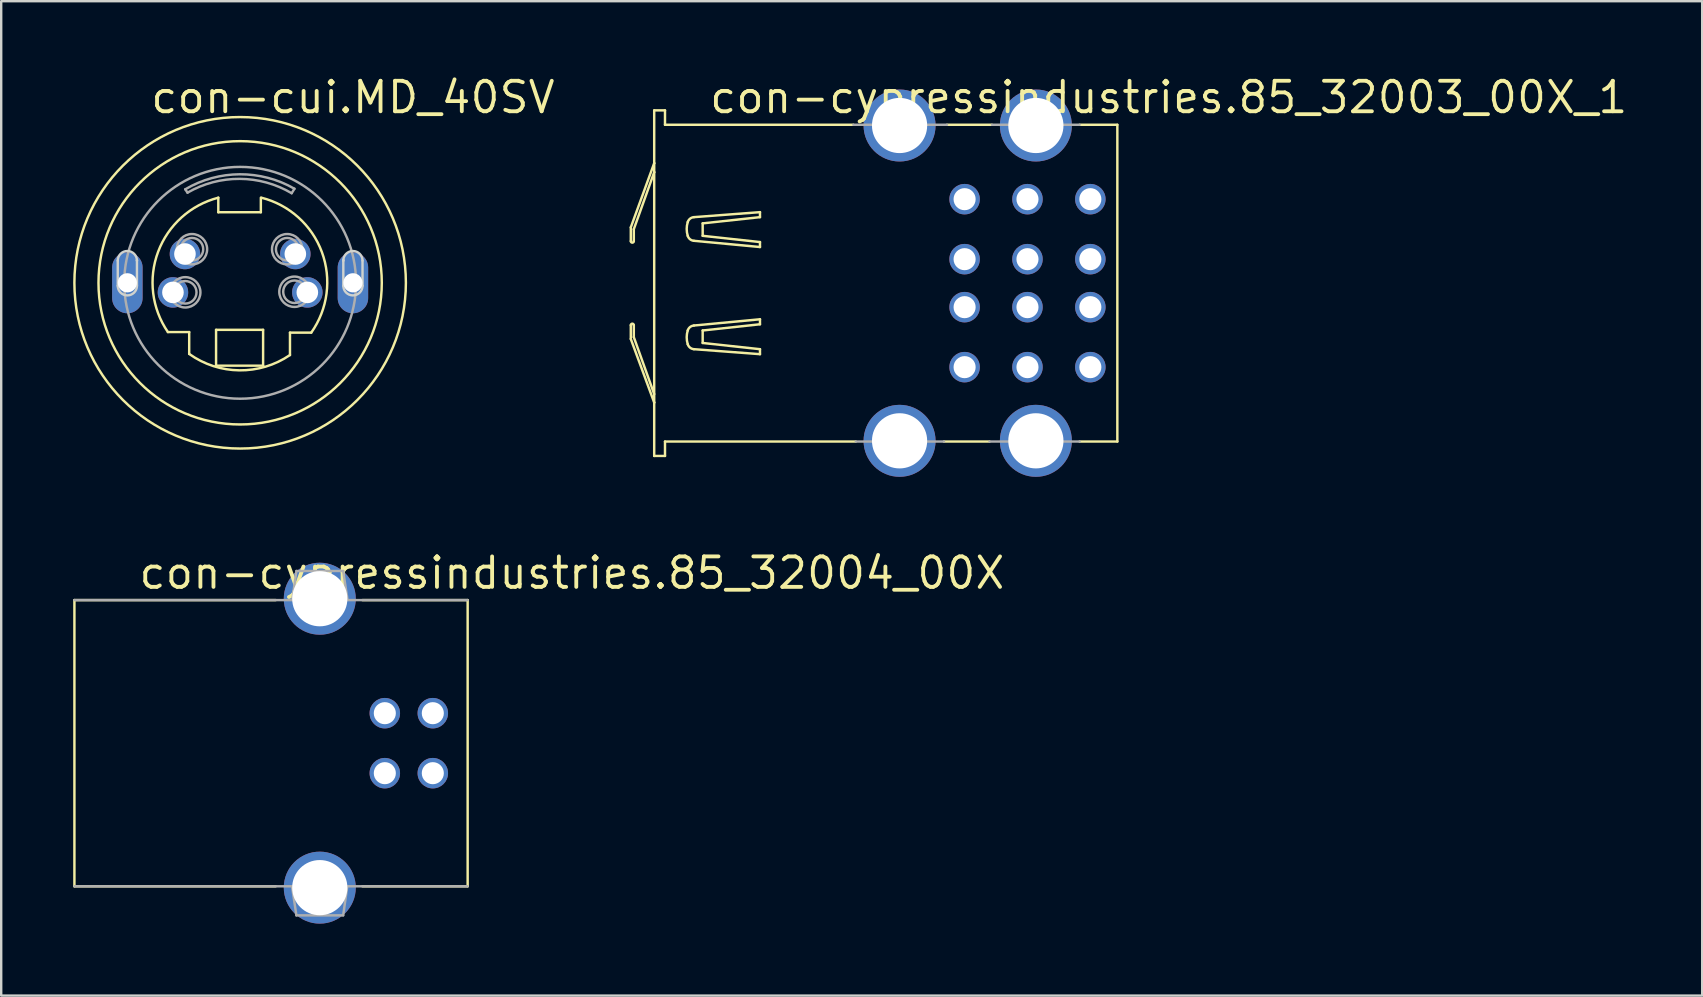
<source format=kicad_pcb>
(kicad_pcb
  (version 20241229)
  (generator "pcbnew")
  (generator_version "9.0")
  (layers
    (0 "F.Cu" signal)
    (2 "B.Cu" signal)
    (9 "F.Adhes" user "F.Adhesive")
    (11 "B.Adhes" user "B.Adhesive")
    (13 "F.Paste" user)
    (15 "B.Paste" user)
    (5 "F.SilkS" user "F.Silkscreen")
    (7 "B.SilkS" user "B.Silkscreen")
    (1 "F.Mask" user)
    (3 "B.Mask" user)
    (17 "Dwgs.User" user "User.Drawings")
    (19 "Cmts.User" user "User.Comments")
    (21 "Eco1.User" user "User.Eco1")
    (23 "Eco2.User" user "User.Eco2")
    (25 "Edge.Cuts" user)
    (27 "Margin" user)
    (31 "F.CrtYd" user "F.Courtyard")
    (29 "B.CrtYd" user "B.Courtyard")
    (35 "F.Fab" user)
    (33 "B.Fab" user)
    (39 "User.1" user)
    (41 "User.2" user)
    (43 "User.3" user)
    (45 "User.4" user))
  (footprint "con-cui.MD_40SV"
    (layer "F.Cu")
    (at 6.957 8.735)
    (property "Reference" "con-cui.MD_40SV" (at -3.81 -6.985 0) (layer "F.SilkS") (effects (font (size 1.27 1.27) (thickness 0.16)) (justify left bottom)))
    (attr through_hole)
    (fp_line (start -3.01 2.053) (end -2.123 2.053) (stroke (width 0.102) (type default)) (layer "F.SilkS"))
    (fp_line (start -2.123 2.053) (end -2.123 2.963) (stroke (width 0.102) (type default)) (layer "F.SilkS"))
    (fp_line (start -1.003 1.96) (end 0.957 1.96) (stroke (width 0.102) (type default)) (layer "F.SilkS"))
    (fp_line (start -1.003 3.453) (end -1.003 1.96) (stroke (width 0.102) (type default)) (layer "F.SilkS"))
    (fp_line (start -0.91 -3.547) (end -0.91 -2.94) (stroke (width 0.102) (type default)) (layer "F.SilkS"))
    (fp_line (start -0.91 -2.94) (end 0.863 -2.94) (stroke (width 0.102) (type default)) (layer "F.SilkS"))
    (fp_line (start 0.863 -2.94) (end 0.863 -3.547) (stroke (width 0.102) (type default)) (layer "F.SilkS"))
    (fp_line (start 0.957 1.96) (end 0.957 3.453) (stroke (width 0.102) (type default)) (layer "F.SilkS"))
    (fp_line (start 0.957 3.453) (end -1.003 3.453) (stroke (width 0.102) (type default)) (layer "F.SilkS"))
    (fp_line (start 2.077 2.077) (end 2.963 2.077) (stroke (width 0.102) (type default)) (layer "F.SilkS"))
    (fp_line (start 2.077 3.01) (end 2.077 2.077) (stroke (width 0.102) (type default)) (layer "F.SilkS"))
    (fp_arc (start -3.01 2.0533) (mid -3.417795 -1.293333) (end -0.91 -3.5466) (stroke (width 0.1016) (type default)) (layer "F.SilkS"))
    (fp_arc (start 0.8867 -3.5466) (mid 3.405886 -1.281878) (end 2.9633 2.0766) (stroke (width 0.1016) (type default)) (layer "F.SilkS"))
    (fp_arc (start 2.0766 3.01) (mid -0.030703 3.647911) (end -2.1233 2.9633) (stroke (width 0.1016) (type default)) (layer "F.SilkS"))
    (fp_circle (center 0 0) (end 5.903 0) (stroke (width 0.102) (type default)) (fill no) (layer "F.SilkS"))
    (fp_circle (center 0 0) (end 6.907 0) (stroke (width 0.102) (type default)) (fill no) (layer "F.SilkS"))
    (fp_line (start -5.1 0.125) (end -5.1 -0.925) (stroke (width 0.1) (type default)) (layer "Edge.Cuts"))
    (fp_line (start -4.3 -0.95) (end -4.3 -0.925) (stroke (width 0.1) (type default)) (layer "Edge.Cuts"))
    (fp_line (start -4.3 -0.925) (end -4.3 0.125) (stroke (width 0.1) (type default)) (layer "Edge.Cuts"))
    (fp_line (start 4.3 -0.95) (end 4.3 -0.925) (stroke (width 0.1) (type default)) (layer "Edge.Cuts"))
    (fp_line (start 4.3 -0.925) (end 4.3 0.125) (stroke (width 0.1) (type default)) (layer "Edge.Cuts"))
    (fp_line (start 5.1 0.125) (end 5.1 -0.925) (stroke (width 0.1) (type default)) (layer "Edge.Cuts"))
    (fp_arc (start -5.1 -0.925) (mid -4.7 -1.325) (end -4.3 -0.925) (stroke (width 0.1) (type default)) (layer "Edge.Cuts"))
    (fp_arc (start -4.3 0.125) (mid -4.7 0.525) (end -5.1 0.125) (stroke (width 0.1) (type default)) (layer "Edge.Cuts"))
    (fp_arc (start 4.3 -0.925) (mid 4.7 -1.325) (end 5.1 -0.925) (stroke (width 0.1) (type default)) (layer "Edge.Cuts"))
    (fp_arc (start 5.1 0.125) (mid 4.7 0.525) (end 4.3 0.125) (stroke (width 0.1) (type default)) (layer "Edge.Cuts"))
    (fp_line (start -2.287 -3.897) (end -2.193 -3.757) (stroke (width 0.102) (type default)) (layer "F.Fab"))
    (fp_line (start 2.147 -3.733) (end 2.263 -3.92) (stroke (width 0.102) (type default)) (layer "F.Fab"))
    (fp_arc (start -2.2866 -3.8966) (mid -0.014794 -4.522147) (end 2.2633 -3.9199) (stroke (width 0.1016) (type default)) (layer "F.Fab"))
    (fp_arc (start -2.1933 -3.7566) (mid -0.020202 -4.331371) (end 2.1466 -3.7333) (stroke (width 0.1016) (type default)) (layer "F.Fab"))
    (fp_circle (center -2.287 0.397) (end -1.818 0.397) (stroke (width 0.102) (type default)) (fill no) (layer "F.Fab"))
    (fp_circle (center -2.287 0.397) (end -1.655 0.397) (stroke (width 0.102) (type default)) (fill no) (layer "F.Fab"))
    (fp_circle (center -2.007 -1.4) (end -1.538 -1.4) (stroke (width 0.102) (type default)) (fill no) (layer "F.Fab"))
    (fp_circle (center -2.007 -1.4) (end -1.375 -1.4) (stroke (width 0.102) (type default)) (fill no) (layer "F.Fab"))
    (fp_circle (center 0 0) (end 4.83 0) (stroke (width 0.102) (type default)) (fill no) (layer "F.Fab"))
    (fp_circle (center 1.96 -1.4) (end 2.429 -1.4) (stroke (width 0.102) (type default)) (fill no) (layer "F.Fab"))
    (fp_circle (center 1.96 -1.4) (end 2.592 -1.4) (stroke (width 0.102) (type default)) (fill no) (layer "F.Fab"))
    (fp_circle (center 2.263 0.373) (end 2.732 0.373) (stroke (width 0.102) (type default)) (fill no) (layer "F.Fab"))
    (fp_circle (center 2.263 0.373) (end 2.895 0.373) (stroke (width 0.102) (type default)) (fill no) (layer "F.Fab"))
    (pad "1" thru_hole circle (at -2.8 0.4) (size 1.27 1.27) (drill 0.9) (layers "*.Cu" "*.Mask"))
    (pad "2" thru_hole circle (at 2.8 0.4) (size 1.27 1.27) (drill 0.9) (layers "*.Cu" "*.Mask"))
    (pad "3" thru_hole circle (at -2.3 -1.2) (size 1.27 1.27) (drill 0.9) (layers "*.Cu" "*.Mask"))
    (pad "4" thru_hole circle (at 2.3 -1.2) (size 1.27 1.27) (drill 0.9) (layers "*.Cu" "*.Mask"))
    (pad "S1" thru_hole oval (at -4.7 0 90) (size 2.54 1.27) (drill 0.8) (layers "*.Cu" "*.Mask"))
    (pad "S2" thru_hole oval (at 4.7 0 90) (size 2.54 1.27) (drill 0.8) (layers "*.Cu" "*.Mask")))
  (footprint "con-cypressindustries.85_32004_00X"
    (layer "F.Cu")
    (at 10.276 27.92)
    (property "Reference" "con-cypressindustries.85_32004_00X" (at -7.62 -6.35 0) (layer "F.SilkS") (effects (font (size 1.27 1.27) (thickness 0.16)) (justify left bottom)))
    (attr through_hole)
    (fp_line (start -10.225 -5.963) (end -10.225 5.963) (stroke (width 0.102) (type default)) (layer "F.SilkS"))
    (fp_line (start -10.225 5.963) (end -1.837 5.963) (stroke (width 0.102) (type default)) (layer "F.SilkS"))
    (fp_line (start -1.837 -5.963) (end -10.225 -5.963) (stroke (width 0.102) (type default)) (layer "F.SilkS"))
    (fp_line (start 1.775 5.963) (end 6.162 5.963) (stroke (width 0.102) (type default)) (layer "F.SilkS"))
    (fp_line (start 6.162 -5.963) (end 1.775 -5.963) (stroke (width 0.102) (type default)) (layer "F.SilkS"))
    (fp_line (start 6.162 5.963) (end 6.162 -5.963) (stroke (width 0.102) (type default)) (layer "F.SilkS"))
    (fp_line (start -10.225 5.963) (end 6.162 5.963) (stroke (width 0.102) (type default)) (layer "F.Fab"))
    (fp_line (start -1.15 6.013) (end -0.975 7.175) (stroke (width 0.102) (type default)) (layer "F.Fab"))
    (fp_line (start -0.975 -7.175) (end -1.137 -6.025) (stroke (width 0.102) (type default)) (layer "F.Fab"))
    (fp_line (start -0.975 7.175) (end 0.975 7.175) (stroke (width 0.102) (type default)) (layer "F.Fab"))
    (fp_line (start 0.975 -7.175) (end -0.975 -7.175) (stroke (width 0.102) (type default)) (layer "F.Fab"))
    (fp_line (start 0.975 7.175) (end 1.137 6.025) (stroke (width 0.102) (type default)) (layer "F.Fab"))
    (fp_line (start 1.15 -6.013) (end 0.975 -7.175) (stroke (width 0.102) (type default)) (layer "F.Fab"))
    (fp_line (start 6.162 -5.963) (end -10.225 -5.963) (stroke (width 0.102) (type default)) (layer "F.Fab"))
    (pad "1" thru_hole circle (at 4.71 1.25 270) (size 1.27 1.27) (drill 0.92) (layers "*.Cu" "*.Mask"))
    (pad "2" thru_hole circle (at 4.71 -1.25 270) (size 1.27 1.27) (drill 0.92) (layers "*.Cu" "*.Mask"))
    (pad "3" thru_hole circle (at 2.71 -1.25 270) (size 1.27 1.27) (drill 0.92) (layers "*.Cu" "*.Mask"))
    (pad "4" thru_hole circle (at 2.71 1.25 270) (size 1.27 1.27) (drill 0.92) (layers "*.Cu" "*.Mask"))
    (pad "M1" thru_hole circle (at 0 -6.02 270) (size 3 3) (drill 2.3) (layers "*.Cu" "*.Mask"))
    (pad "M2" thru_hole circle (at 0 6.02 270) (size 3 3) (drill 2.3) (layers "*.Cu" "*.Mask")))
  (footprint "con-cypressindustries.85_32003_00X_1"
    (layer "F.Cu")
    (at 34.437 8.75)
    (property "Reference" "con-cypressindustries.85_32003_00X_1" (at -8 -7 0) (layer "F.SilkS") (effects (font (size 1.27 1.27) (thickness 0.16)) (justify left bottom)))
    (attr through_hole)
    (fp_line (start -11.2 -2.325) (end -10.225 -5) (stroke (width 0.102) (type default)) (layer "F.SilkS"))
    (fp_line (start -11.2 -1.75) (end -11.2 -2.325) (stroke (width 0.102) (type default)) (layer "F.SilkS"))
    (fp_line (start -11.2 1.75) (end -11.2 2.325) (stroke (width 0.102) (type default)) (layer "F.SilkS"))
    (fp_line (start -11.2 2.325) (end -10.225 4.975) (stroke (width 0.102) (type default)) (layer "F.SilkS"))
    (fp_line (start -11.075 -2.25) (end -11.075 -1.75) (stroke (width 0.102) (type default)) (layer "F.SilkS"))
    (fp_line (start -11.075 2.25) (end -11.075 1.75) (stroke (width 0.102) (type default)) (layer "F.SilkS"))
    (fp_line (start -10.225 -7.2) (end -10.225 -5) (stroke (width 0.102) (type default)) (layer "F.SilkS"))
    (fp_line (start -10.225 -5) (end -10.225 -4.625) (stroke (width 0.102) (type default)) (layer "F.SilkS"))
    (fp_line (start -10.225 -4.625) (end -11.075 -2.25) (stroke (width 0.102) (type default)) (layer "F.SilkS"))
    (fp_line (start -10.225 -4.625) (end -10.225 4.975) (stroke (width 0.102) (type default)) (layer "F.SilkS"))
    (fp_line (start -10.225 4.625) (end -11.075 2.25) (stroke (width 0.102) (type default)) (layer "F.SilkS"))
    (fp_line (start -10.225 4.975) (end -10.225 7.2) (stroke (width 0.102) (type default)) (layer "F.SilkS"))
    (fp_line (start -10.225 7.2) (end -9.775 7.2) (stroke (width 0.102) (type default)) (layer "F.SilkS"))
    (fp_line (start -9.775 -7.2) (end -10.225 -7.2) (stroke (width 0.102) (type default)) (layer "F.SilkS"))
    (fp_line (start -9.775 -6.6) (end -9.775 -7.2) (stroke (width 0.102) (type default)) (layer "F.SilkS"))
    (fp_line (start -9.775 6.6) (end -1.825 6.6) (stroke (width 0.102) (type default)) (layer "F.SilkS"))
    (fp_line (start -9.775 7.2) (end -9.775 6.6) (stroke (width 0.102) (type default)) (layer "F.SilkS"))
    (fp_line (start -8.569 -1.765) (end -5.817 -1.506) (stroke (width 0.102) (type default)) (layer "F.SilkS"))
    (fp_line (start -8.569 1.765) (end -5.817 1.505) (stroke (width 0.102) (type default)) (layer "F.SilkS"))
    (fp_line (start -8.205 -2.492) (end -5.817 -2.751) (stroke (width 0.102) (type default)) (layer "F.SilkS"))
    (fp_line (start -8.205 -1.973) (end -8.205 -2.492) (stroke (width 0.102) (type default)) (layer "F.SilkS"))
    (fp_line (start -8.205 1.972) (end -8.205 2.492) (stroke (width 0.102) (type default)) (layer "F.SilkS"))
    (fp_line (start -8.205 2.492) (end -5.817 2.751) (stroke (width 0.102) (type default)) (layer "F.SilkS"))
    (fp_line (start -5.817 -2.959) (end -8.569 -2.751) (stroke (width 0.102) (type default)) (layer "F.SilkS"))
    (fp_line (start -5.817 -2.751) (end -5.817 -2.959) (stroke (width 0.102) (type default)) (layer "F.SilkS"))
    (fp_line (start -5.817 -1.713) (end -8.205 -1.973) (stroke (width 0.102) (type default)) (layer "F.SilkS"))
    (fp_line (start -5.817 -1.506) (end -5.817 -1.713) (stroke (width 0.102) (type default)) (layer "F.SilkS"))
    (fp_line (start -5.817 1.505) (end -5.817 1.713) (stroke (width 0.102) (type default)) (layer "F.SilkS"))
    (fp_line (start -5.817 1.713) (end -8.205 1.972) (stroke (width 0.102) (type default)) (layer "F.SilkS"))
    (fp_line (start -5.817 2.751) (end -5.817 2.959) (stroke (width 0.102) (type default)) (layer "F.SilkS"))
    (fp_line (start -5.817 2.959) (end -8.569 2.751) (stroke (width 0.102) (type default)) (layer "F.SilkS"))
    (fp_line (start -1.925 -6.6) (end -9.775 -6.6) (stroke (width 0.102) (type default)) (layer "F.SilkS"))
    (fp_line (start 1.85 6.6) (end 3.75 6.6) (stroke (width 0.102) (type default)) (layer "F.SilkS"))
    (fp_line (start 3.85 -6.6) (end 1.975 -6.6) (stroke (width 0.102) (type default)) (layer "F.SilkS"))
    (fp_line (start 7.5 6.6) (end 9.075 6.6) (stroke (width 0.102) (type default)) (layer "F.SilkS"))
    (fp_line (start 9.075 -6.6) (end 7.5 -6.6) (stroke (width 0.102) (type default)) (layer "F.SilkS"))
    (fp_line (start 9.075 -6.6) (end 9.075 6.6) (stroke (width 0.102) (type default)) (layer "F.SilkS"))
    (fp_arc (start -11.2 1.75) (mid -11.1375 1.6875) (end -11.075 1.75) (stroke (width 0.1016) (type default)) (layer "F.SilkS"))
    (fp_arc (start -11.075 -1.75) (mid -11.1375 -1.6875) (end -11.2 -1.75) (stroke (width 0.1016) (type default)) (layer "F.SilkS"))
    (fp_arc (start -8.828 -2.5438) (mid -8.730297 -2.687659) (end -8.5685 -2.7514) (stroke (width 0.1016) (type default)) (layer "F.SilkS"))
    (fp_arc (start -8.828 -1.9727) (mid -8.870802 -2.25825) (end -8.828 -2.5438) (stroke (width 0.1016) (type default)) (layer "F.SilkS"))
    (fp_arc (start -8.828 1.9725) (mid -8.730297 1.828641) (end -8.5685 1.7649) (stroke (width 0.1016) (type default)) (layer "F.SilkS"))
    (fp_arc (start -8.828 2.5436) (mid -8.870802 2.25805) (end -8.828 1.9725) (stroke (width 0.1016) (type default)) (layer "F.SilkS"))
    (fp_arc (start -8.5685 -1.7651) (mid -8.730297 -1.828841) (end -8.828 -1.9727) (stroke (width 0.1016) (type default)) (layer "F.SilkS"))
    (fp_arc (start -8.5685 2.7512) (mid -8.730297 2.687459) (end -8.828 2.5436) (stroke (width 0.1016) (type default)) (layer "F.SilkS"))
    (fp_line (start -1.825 6.6) (end 1.85 6.6) (stroke (width 0.102) (type default)) (layer "F.Fab"))
    (fp_line (start 1.975 -6.6) (end -1.925 -6.6) (stroke (width 0.102) (type default)) (layer "F.Fab"))
    (fp_line (start 3.75 6.6) (end 7.5 6.6) (stroke (width 0.102) (type default)) (layer "F.Fab"))
    (fp_line (start 7.5 -6.6) (end 3.85 -6.6) (stroke (width 0.102) (type default)) (layer "F.Fab"))
    (pad "1-1" thru_hole circle (at 2.71 -3.5 270) (size 1.27 1.27) (drill 0.92) (layers "*.Cu" "*.Mask"))
    (pad "1-2" thru_hole circle (at 2.71 -1 270) (size 1.27 1.27) (drill 0.92) (layers "*.Cu" "*.Mask"))
    (pad "1-3" thru_hole circle (at 2.71 1 270) (size 1.27 1.27) (drill 0.92) (layers "*.Cu" "*.Mask"))
    (pad "1-4" thru_hole circle (at 2.71 3.5 270) (size 1.27 1.27) (drill 0.92) (layers "*.Cu" "*.Mask"))
    (pad "2-1" thru_hole circle (at 5.33 -3.5 270) (size 1.27 1.27) (drill 0.92) (layers "*.Cu" "*.Mask"))
    (pad "2-2" thru_hole circle (at 5.33 -1 270) (size 1.27 1.27) (drill 0.92) (layers "*.Cu" "*.Mask"))
    (pad "2-3" thru_hole circle (at 5.33 1 270) (size 1.27 1.27) (drill 0.92) (layers "*.Cu" "*.Mask"))
    (pad "2-4" thru_hole circle (at 5.33 3.5 270) (size 1.27 1.27) (drill 0.92) (layers "*.Cu" "*.Mask"))
    (pad "3-1" thru_hole circle (at 7.95 -3.5 270) (size 1.27 1.27) (drill 0.92) (layers "*.Cu" "*.Mask"))
    (pad "3-2" thru_hole circle (at 7.95 -1 270) (size 1.27 1.27) (drill 0.92) (layers "*.Cu" "*.Mask"))
    (pad "3-3" thru_hole circle (at 7.95 1 270) (size 1.27 1.27) (drill 0.92) (layers "*.Cu" "*.Mask"))
    (pad "3-4" thru_hole circle (at 7.95 3.5 270) (size 1.27 1.27) (drill 0.92) (layers "*.Cu" "*.Mask"))
    (pad "M1" thru_hole circle (at 0 -6.57 270) (size 3 3) (drill 2.3) (layers "*.Cu" "*.Mask"))
    (pad "M2" thru_hole circle (at 0 6.57 270) (size 3 3) (drill 2.3) (layers "*.Cu" "*.Mask"))
    (pad "M3" thru_hole circle (at 5.68 -6.57 270) (size 3 3) (drill 2.3) (layers "*.Cu" "*.Mask"))
    (pad "M4" thru_hole circle (at 5.68 6.57 270) (size 3 3) (drill 2.3) (layers "*.Cu" "*.Mask")))
  (gr_rect
    (start -3 -3)
    (end 67.884 38.44)
    (stroke (width 0.1) (type default))
    (fill no)
    (layer "Edge.Cuts")))
</source>
